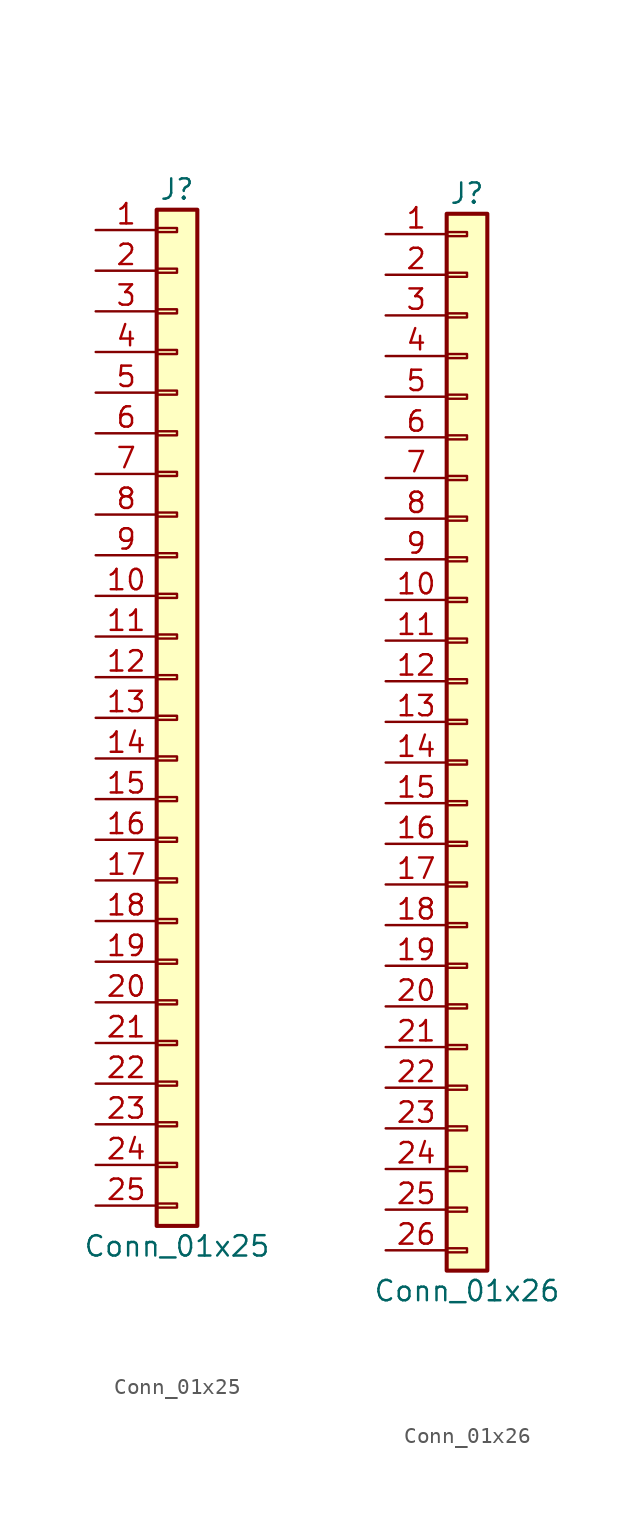
<source format=kicad_sym>
(kicad_symbol_lib
  (version 20220914)
  (generator kicad_symbol_editor)
  (symbol "Conn_01x25"
    (pin_names
      (offset 1.016) hide)
    (property "Reference" "J"
      (at 0 33.02 0)
      (effects (font (size 1.27 1.27))))
    (property "Value" "Conn_01x25"
      (at 0 -33.02 0)
      (effects (font (size 1.27 1.27))))
    (symbol "Conn_01x25_1_1"
      (rectangle (start -1.27 -30.353) (end 0 -30.607) (stroke (width 0.152) (type solid)) (fill (type none)))
      (rectangle (start -1.27 -27.813) (end 0 -28.067) (stroke (width 0.152) (type solid)) (fill (type none)))
      (rectangle (start -1.27 -25.273) (end 0 -25.527) (stroke (width 0.152) (type solid)) (fill (type none)))
      (rectangle (start -1.27 -22.733) (end 0 -22.987) (stroke (width 0.152) (type solid)) (fill (type none)))
      (rectangle (start -1.27 -20.193) (end 0 -20.447) (stroke (width 0.152) (type solid)) (fill (type none)))
      (rectangle (start -1.27 -17.653) (end 0 -17.907) (stroke (width 0.152) (type solid)) (fill (type none)))
      (rectangle (start -1.27 -15.113) (end 0 -15.367) (stroke (width 0.152) (type solid)) (fill (type none)))
      (rectangle (start -1.27 -12.573) (end 0 -12.827) (stroke (width 0.152) (type solid)) (fill (type none)))
      (rectangle (start -1.27 -10.033) (end 0 -10.287) (stroke (width 0.152) (type solid)) (fill (type none)))
      (rectangle (start -1.27 -7.493) (end 0 -7.747) (stroke (width 0.152) (type solid)) (fill (type none)))
      (rectangle (start -1.27 -4.953) (end 0 -5.207) (stroke (width 0.152) (type solid)) (fill (type none)))
      (rectangle (start -1.27 -2.413) (end 0 -2.667) (stroke (width 0.152) (type solid)) (fill (type none)))
      (rectangle (start -1.27 0.127) (end 0 -0.127) (stroke (width 0.152) (type solid)) (fill (type none)))
      (rectangle (start -1.27 2.667) (end 0 2.413) (stroke (width 0.152) (type solid)) (fill (type none)))
      (rectangle (start -1.27 5.207) (end 0 4.953) (stroke (width 0.152) (type solid)) (fill (type none)))
      (rectangle (start -1.27 7.747) (end 0 7.493) (stroke (width 0.152) (type solid)) (fill (type none)))
      (rectangle (start -1.27 10.287) (end 0 10.033) (stroke (width 0.152) (type solid)) (fill (type none)))
      (rectangle (start -1.27 12.827) (end 0 12.573) (stroke (width 0.152) (type solid)) (fill (type none)))
      (rectangle (start -1.27 15.367) (end 0 15.113) (stroke (width 0.152) (type solid)) (fill (type none)))
      (rectangle (start -1.27 17.907) (end 0 17.653) (stroke (width 0.152) (type solid)) (fill (type none)))
      (rectangle (start -1.27 20.447) (end 0 20.193) (stroke (width 0.152) (type solid)) (fill (type none)))
      (rectangle (start -1.27 22.987) (end 0 22.733) (stroke (width 0.152) (type solid)) (fill (type none)))
      (rectangle (start -1.27 25.527) (end 0 25.273) (stroke (width 0.152) (type solid)) (fill (type none)))
      (rectangle (start -1.27 28.067) (end 0 27.813) (stroke (width 0.152) (type solid)) (fill (type none)))
      (rectangle (start -1.27 30.607) (end 0 30.353) (stroke (width 0.152) (type solid)) (fill (type none)))
      (rectangle (start -1.27 31.75) (end 1.27 -31.75) (stroke (width 0.254) (type solid)) (fill (type background)))
      (pin passive line (at -5.08 30.48 0) (length 3.81) (name "Pin_1" (effects (font (size 1.27 1.27)))) (number "1" (effects (font (size 1.27 1.27)))))
      (pin passive line (at -5.08 7.62 0) (length 3.81) (name "Pin_10" (effects (font (size 1.27 1.27)))) (number "10" (effects (font (size 1.27 1.27)))))
      (pin passive line (at -5.08 5.08 0) (length 3.81) (name "Pin_11" (effects (font (size 1.27 1.27)))) (number "11" (effects (font (size 1.27 1.27)))))
      (pin passive line (at -5.08 2.54 0) (length 3.81) (name "Pin_12" (effects (font (size 1.27 1.27)))) (number "12" (effects (font (size 1.27 1.27)))))
      (pin passive line (at -5.08 0 0) (length 3.81) (name "Pin_13" (effects (font (size 1.27 1.27)))) (number "13" (effects (font (size 1.27 1.27)))))
      (pin passive line (at -5.08 -2.54 0) (length 3.81) (name "Pin_14" (effects (font (size 1.27 1.27)))) (number "14" (effects (font (size 1.27 1.27)))))
      (pin passive line (at -5.08 -5.08 0) (length 3.81) (name "Pin_15" (effects (font (size 1.27 1.27)))) (number "15" (effects (font (size 1.27 1.27)))))
      (pin passive line (at -5.08 -7.62 0) (length 3.81) (name "Pin_16" (effects (font (size 1.27 1.27)))) (number "16" (effects (font (size 1.27 1.27)))))
      (pin passive line (at -5.08 -10.16 0) (length 3.81) (name "Pin_17" (effects (font (size 1.27 1.27)))) (number "17" (effects (font (size 1.27 1.27)))))
      (pin passive line (at -5.08 -12.7 0) (length 3.81) (name "Pin_18" (effects (font (size 1.27 1.27)))) (number "18" (effects (font (size 1.27 1.27)))))
      (pin passive line (at -5.08 -15.24 0) (length 3.81) (name "Pin_19" (effects (font (size 1.27 1.27)))) (number "19" (effects (font (size 1.27 1.27)))))
      (pin passive line (at -5.08 27.94 0) (length 3.81) (name "Pin_2" (effects (font (size 1.27 1.27)))) (number "2" (effects (font (size 1.27 1.27)))))
      (pin passive line (at -5.08 -17.78 0) (length 3.81) (name "Pin_20" (effects (font (size 1.27 1.27)))) (number "20" (effects (font (size 1.27 1.27)))))
      (pin passive line (at -5.08 -20.32 0) (length 3.81) (name "Pin_21" (effects (font (size 1.27 1.27)))) (number "21" (effects (font (size 1.27 1.27)))))
      (pin passive line (at -5.08 -22.86 0) (length 3.81) (name "Pin_22" (effects (font (size 1.27 1.27)))) (number "22" (effects (font (size 1.27 1.27)))))
      (pin passive line (at -5.08 -25.4 0) (length 3.81) (name "Pin_23" (effects (font (size 1.27 1.27)))) (number "23" (effects (font (size 1.27 1.27)))))
      (pin passive line (at -5.08 -27.94 0) (length 3.81) (name "Pin_24" (effects (font (size 1.27 1.27)))) (number "24" (effects (font (size 1.27 1.27)))))
      (pin passive line (at -5.08 -30.48 0) (length 3.81) (name "Pin_25" (effects (font (size 1.27 1.27)))) (number "25" (effects (font (size 1.27 1.27)))))
      (pin passive line (at -5.08 25.4 0) (length 3.81) (name "Pin_3" (effects (font (size 1.27 1.27)))) (number "3" (effects (font (size 1.27 1.27)))))
      (pin passive line (at -5.08 22.86 0) (length 3.81) (name "Pin_4" (effects (font (size 1.27 1.27)))) (number "4" (effects (font (size 1.27 1.27)))))
      (pin passive line (at -5.08 20.32 0) (length 3.81) (name "Pin_5" (effects (font (size 1.27 1.27)))) (number "5" (effects (font (size 1.27 1.27)))))
      (pin passive line (at -5.08 17.78 0) (length 3.81) (name "Pin_6" (effects (font (size 1.27 1.27)))) (number "6" (effects (font (size 1.27 1.27)))))
      (pin passive line (at -5.08 15.24 0) (length 3.81) (name "Pin_7" (effects (font (size 1.27 1.27)))) (number "7" (effects (font (size 1.27 1.27)))))
      (pin passive line (at -5.08 12.7 0) (length 3.81) (name "Pin_8" (effects (font (size 1.27 1.27)))) (number "8" (effects (font (size 1.27 1.27)))))
      (pin passive line (at -5.08 10.16 0) (length 3.81) (name "Pin_9" (effects (font (size 1.27 1.27)))) (number "9" (effects (font (size 1.27 1.27)))))))
  (symbol "Conn_01x26"
    (pin_names
      (offset 1.016) hide)
    (property "Reference" "J"
      (at 0 33.02 0)
      (effects (font (size 1.27 1.27))))
    (property "Value" "Conn_01x26"
      (at 0 -35.56 0)
      (effects (font (size 1.27 1.27))))
    (symbol "Conn_01x26_1_1"
      (rectangle (start -1.27 -32.893) (end 0 -33.147) (stroke (width 0.152) (type solid)) (fill (type none)))
      (rectangle (start -1.27 -30.353) (end 0 -30.607) (stroke (width 0.152) (type solid)) (fill (type none)))
      (rectangle (start -1.27 -27.813) (end 0 -28.067) (stroke (width 0.152) (type solid)) (fill (type none)))
      (rectangle (start -1.27 -25.273) (end 0 -25.527) (stroke (width 0.152) (type solid)) (fill (type none)))
      (rectangle (start -1.27 -22.733) (end 0 -22.987) (stroke (width 0.152) (type solid)) (fill (type none)))
      (rectangle (start -1.27 -20.193) (end 0 -20.447) (stroke (width 0.152) (type solid)) (fill (type none)))
      (rectangle (start -1.27 -17.653) (end 0 -17.907) (stroke (width 0.152) (type solid)) (fill (type none)))
      (rectangle (start -1.27 -15.113) (end 0 -15.367) (stroke (width 0.152) (type solid)) (fill (type none)))
      (rectangle (start -1.27 -12.573) (end 0 -12.827) (stroke (width 0.152) (type solid)) (fill (type none)))
      (rectangle (start -1.27 -10.033) (end 0 -10.287) (stroke (width 0.152) (type solid)) (fill (type none)))
      (rectangle (start -1.27 -7.493) (end 0 -7.747) (stroke (width 0.152) (type solid)) (fill (type none)))
      (rectangle (start -1.27 -4.953) (end 0 -5.207) (stroke (width 0.152) (type solid)) (fill (type none)))
      (rectangle (start -1.27 -2.413) (end 0 -2.667) (stroke (width 0.152) (type solid)) (fill (type none)))
      (rectangle (start -1.27 0.127) (end 0 -0.127) (stroke (width 0.152) (type solid)) (fill (type none)))
      (rectangle (start -1.27 2.667) (end 0 2.413) (stroke (width 0.152) (type solid)) (fill (type none)))
      (rectangle (start -1.27 5.207) (end 0 4.953) (stroke (width 0.152) (type solid)) (fill (type none)))
      (rectangle (start -1.27 7.747) (end 0 7.493) (stroke (width 0.152) (type solid)) (fill (type none)))
      (rectangle (start -1.27 10.287) (end 0 10.033) (stroke (width 0.152) (type solid)) (fill (type none)))
      (rectangle (start -1.27 12.827) (end 0 12.573) (stroke (width 0.152) (type solid)) (fill (type none)))
      (rectangle (start -1.27 15.367) (end 0 15.113) (stroke (width 0.152) (type solid)) (fill (type none)))
      (rectangle (start -1.27 17.907) (end 0 17.653) (stroke (width 0.152) (type solid)) (fill (type none)))
      (rectangle (start -1.27 20.447) (end 0 20.193) (stroke (width 0.152) (type solid)) (fill (type none)))
      (rectangle (start -1.27 22.987) (end 0 22.733) (stroke (width 0.152) (type solid)) (fill (type none)))
      (rectangle (start -1.27 25.527) (end 0 25.273) (stroke (width 0.152) (type solid)) (fill (type none)))
      (rectangle (start -1.27 28.067) (end 0 27.813) (stroke (width 0.152) (type solid)) (fill (type none)))
      (rectangle (start -1.27 30.607) (end 0 30.353) (stroke (width 0.152) (type solid)) (fill (type none)))
      (rectangle (start -1.27 31.75) (end 1.27 -34.29) (stroke (width 0.254) (type solid)) (fill (type background)))
      (pin passive line (at -5.08 30.48 0) (length 3.81) (name "Pin_1" (effects (font (size 1.27 1.27)))) (number "1" (effects (font (size 1.27 1.27)))))
      (pin passive line (at -5.08 7.62 0) (length 3.81) (name "Pin_10" (effects (font (size 1.27 1.27)))) (number "10" (effects (font (size 1.27 1.27)))))
      (pin passive line (at -5.08 5.08 0) (length 3.81) (name "Pin_11" (effects (font (size 1.27 1.27)))) (number "11" (effects (font (size 1.27 1.27)))))
      (pin passive line (at -5.08 2.54 0) (length 3.81) (name "Pin_12" (effects (font (size 1.27 1.27)))) (number "12" (effects (font (size 1.27 1.27)))))
      (pin passive line (at -5.08 0 0) (length 3.81) (name "Pin_13" (effects (font (size 1.27 1.27)))) (number "13" (effects (font (size 1.27 1.27)))))
      (pin passive line (at -5.08 -2.54 0) (length 3.81) (name "Pin_14" (effects (font (size 1.27 1.27)))) (number "14" (effects (font (size 1.27 1.27)))))
      (pin passive line (at -5.08 -5.08 0) (length 3.81) (name "Pin_15" (effects (font (size 1.27 1.27)))) (number "15" (effects (font (size 1.27 1.27)))))
      (pin passive line (at -5.08 -7.62 0) (length 3.81) (name "Pin_16" (effects (font (size 1.27 1.27)))) (number "16" (effects (font (size 1.27 1.27)))))
      (pin passive line (at -5.08 -10.16 0) (length 3.81) (name "Pin_17" (effects (font (size 1.27 1.27)))) (number "17" (effects (font (size 1.27 1.27)))))
      (pin passive line (at -5.08 -12.7 0) (length 3.81) (name "Pin_18" (effects (font (size 1.27 1.27)))) (number "18" (effects (font (size 1.27 1.27)))))
      (pin passive line (at -5.08 -15.24 0) (length 3.81) (name "Pin_19" (effects (font (size 1.27 1.27)))) (number "19" (effects (font (size 1.27 1.27)))))
      (pin passive line (at -5.08 27.94 0) (length 3.81) (name "Pin_2" (effects (font (size 1.27 1.27)))) (number "2" (effects (font (size 1.27 1.27)))))
      (pin passive line (at -5.08 -17.78 0) (length 3.81) (name "Pin_20" (effects (font (size 1.27 1.27)))) (number "20" (effects (font (size 1.27 1.27)))))
      (pin passive line (at -5.08 -20.32 0) (length 3.81) (name "Pin_21" (effects (font (size 1.27 1.27)))) (number "21" (effects (font (size 1.27 1.27)))))
      (pin passive line (at -5.08 -22.86 0) (length 3.81) (name "Pin_22" (effects (font (size 1.27 1.27)))) (number "22" (effects (font (size 1.27 1.27)))))
      (pin passive line (at -5.08 -25.4 0) (length 3.81) (name "Pin_23" (effects (font (size 1.27 1.27)))) (number "23" (effects (font (size 1.27 1.27)))))
      (pin passive line (at -5.08 -27.94 0) (length 3.81) (name "Pin_24" (effects (font (size 1.27 1.27)))) (number "24" (effects (font (size 1.27 1.27)))))
      (pin passive line (at -5.08 -30.48 0) (length 3.81) (name "Pin_25" (effects (font (size 1.27 1.27)))) (number "25" (effects (font (size 1.27 1.27)))))
      (pin passive line (at -5.08 -33.02 0) (length 3.81) (name "Pin_26" (effects (font (size 1.27 1.27)))) (number "26" (effects (font (size 1.27 1.27)))))
      (pin passive line (at -5.08 25.4 0) (length 3.81) (name "Pin_3" (effects (font (size 1.27 1.27)))) (number "3" (effects (font (size 1.27 1.27)))))
      (pin passive line (at -5.08 22.86 0) (length 3.81) (name "Pin_4" (effects (font (size 1.27 1.27)))) (number "4" (effects (font (size 1.27 1.27)))))
      (pin passive line (at -5.08 20.32 0) (length 3.81) (name "Pin_5" (effects (font (size 1.27 1.27)))) (number "5" (effects (font (size 1.27 1.27)))))
      (pin passive line (at -5.08 17.78 0) (length 3.81) (name "Pin_6" (effects (font (size 1.27 1.27)))) (number "6" (effects (font (size 1.27 1.27)))))
      (pin passive line (at -5.08 15.24 0) (length 3.81) (name "Pin_7" (effects (font (size 1.27 1.27)))) (number "7" (effects (font (size 1.27 1.27)))))
      (pin passive line (at -5.08 12.7 0) (length 3.81) (name "Pin_8" (effects (font (size 1.27 1.27)))) (number "8" (effects (font (size 1.27 1.27)))))
      (pin passive line (at -5.08 10.16 0) (length 3.81) (name "Pin_9" (effects (font (size 1.27 1.27)))) (number "9" (effects (font (size 1.27 1.27))))))))
</source>
